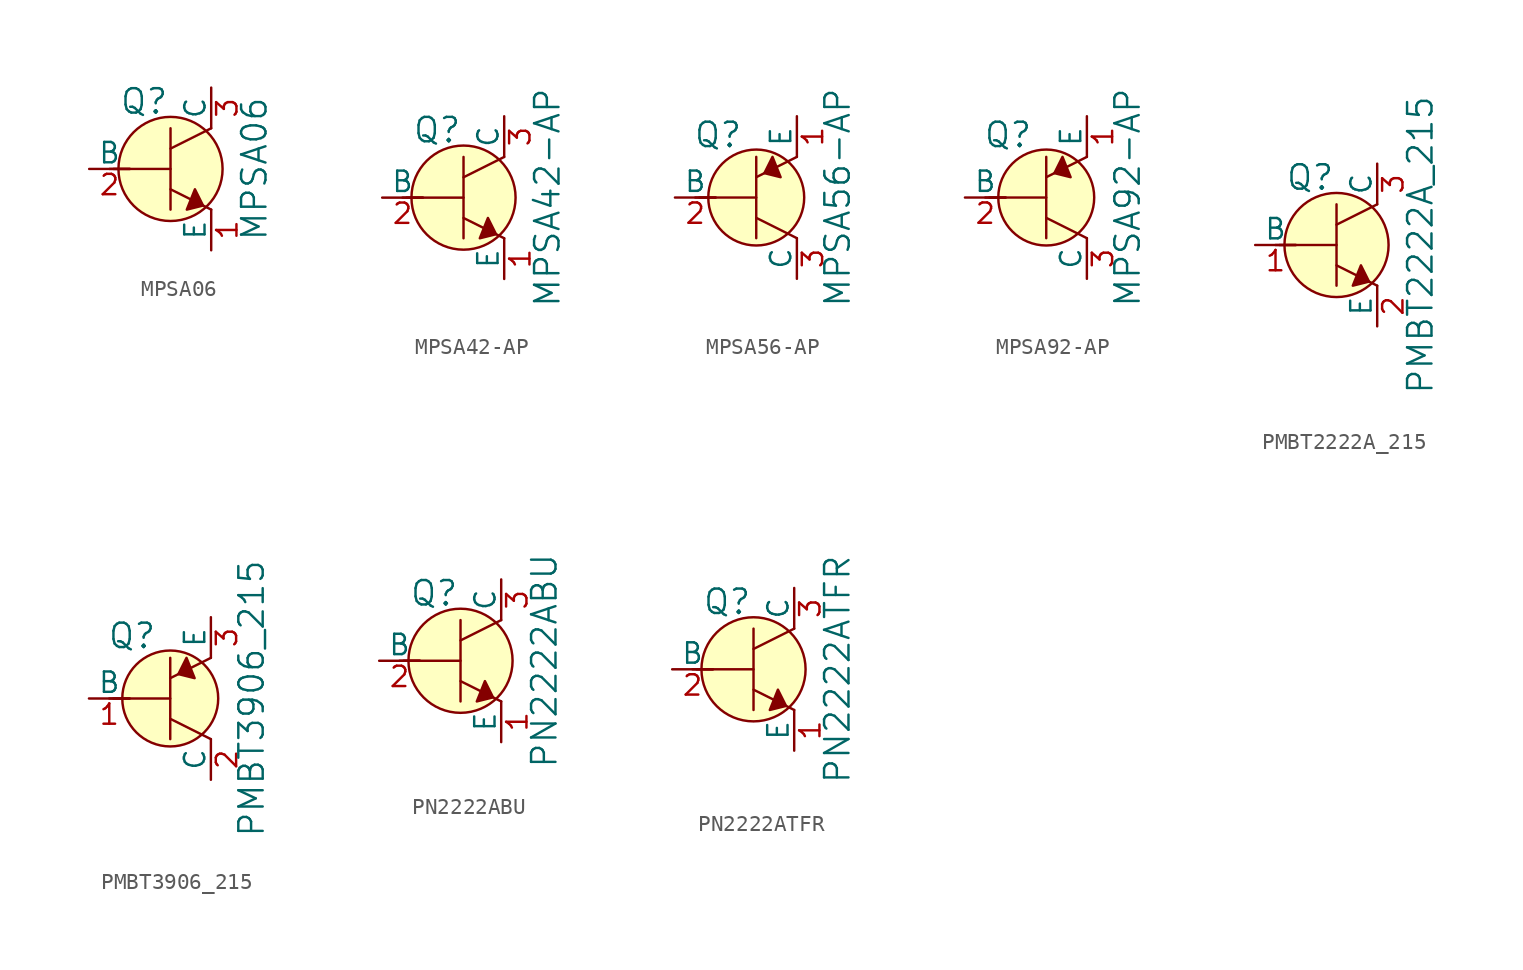
<source format=kicad_sym>
(kicad_symbol_lib
  (version 20211014)
  (generator kicad_symbol_editor)
  (symbol "MPSA06"
    (pin_names
      (offset 0))
    (property "Reference" "Q"
      (at -3.2 4.216 0)
      (effects (font (size 1.524 1.524)) (justify left)))
    (property "Value" "MPSA06"
      (at 5.232 0 90)
      (effects (font (size 1.524 1.524))))
    (symbol "MPSA06_0_1"
      (polyline (pts (xy -3.81 0) (xy -2.54 0)) (stroke (width 0) (type default) (color 0 0 0 0)) (fill (type none)))
      (polyline (pts (xy -3.556 0) (xy 0 0)) (stroke (width 0) (type default) (color 0 0 0 0)) (fill (type none)))
      (polyline (pts (xy 0 -1.27) (xy 2.54 -2.54)) (stroke (width 0) (type default) (color 0 0 0 0)) (fill (type none)))
      (polyline (pts (xy 0 1.27) (xy 2.54 2.54)) (stroke (width 0) (type default) (color 0 0 0 0)) (fill (type none)))
      (polyline (pts (xy 0 2.54) (xy 0 -2.54)) (stroke (width 0) (type default) (color 0 0 0 0)) (fill (type none)))
      (polyline (pts (xy 1.524 -1.27) (xy 2.032 -2.286) (xy 1.016 -2.54) (xy 1.524 -1.27)) (stroke (width 0) (type default) (color 0 0 0 0)) (fill (type outline)))
      (circle (center 0 0) (radius 3.251) (stroke (width 0) (type default) (color 0 0 0 0)) (fill (type background))))
    (symbol "MPSA06_1_1"
      (pin passive line (at 2.54 -5.08 90) (length 2.54) (name "E" (effects (font (size 1.27 1.27)))) (number "1" (effects (font (size 1.27 1.27)))))
      (pin input line (at -5.08 0 0) (length 2.54) (name "B" (effects (font (size 1.27 1.27)))) (number "2" (effects (font (size 1.27 1.27)))))
      (pin passive line (at 2.54 5.08 270) (length 2.54) (name "C" (effects (font (size 1.27 1.27)))) (number "3" (effects (font (size 1.27 1.27)))))))
  (symbol "MPSA42-AP"
    (pin_names
      (offset 0))
    (property "Reference" "Q"
      (at -3.2 4.216 0)
      (effects (font (size 1.524 1.524)) (justify left)))
    (property "Value" "MPSA42-AP"
      (at 5.232 0 90)
      (effects (font (size 1.524 1.524))))
    (symbol "MPSA42-AP_0_1"
      (polyline (pts (xy -3.81 0) (xy -2.54 0)) (stroke (width 0) (type default) (color 0 0 0 0)) (fill (type none)))
      (polyline (pts (xy -3.556 0) (xy 0 0)) (stroke (width 0) (type default) (color 0 0 0 0)) (fill (type none)))
      (polyline (pts (xy 0 -1.27) (xy 2.54 -2.54)) (stroke (width 0) (type default) (color 0 0 0 0)) (fill (type none)))
      (polyline (pts (xy 0 1.27) (xy 2.54 2.54)) (stroke (width 0) (type default) (color 0 0 0 0)) (fill (type none)))
      (polyline (pts (xy 0 2.54) (xy 0 -2.54)) (stroke (width 0) (type default) (color 0 0 0 0)) (fill (type none)))
      (polyline (pts (xy 1.524 -1.27) (xy 2.032 -2.286) (xy 1.016 -2.54) (xy 1.524 -1.27)) (stroke (width 0) (type default) (color 0 0 0 0)) (fill (type outline)))
      (circle (center 0 0) (radius 3.251) (stroke (width 0) (type default) (color 0 0 0 0)) (fill (type background))))
    (symbol "MPSA42-AP_1_1"
      (pin passive line (at 2.54 -5.08 90) (length 2.54) (name "E" (effects (font (size 1.27 1.27)))) (number "1" (effects (font (size 1.27 1.27)))))
      (pin input line (at -5.08 0 0) (length 2.54) (name "B" (effects (font (size 1.27 1.27)))) (number "2" (effects (font (size 1.27 1.27)))))
      (pin passive line (at 2.54 5.08 270) (length 2.54) (name "C" (effects (font (size 1.27 1.27)))) (number "3" (effects (font (size 1.27 1.27)))))))
  (symbol "MPSA56-AP"
    (pin_names
      (offset 0))
    (property "Reference" "Q"
      (at -2.388 3.912 0)
      (effects (font (size 1.524 1.524))))
    (property "Value" "MPSA56-AP"
      (at 5.08 0 90)
      (effects (font (size 1.524 1.524))))
    (symbol "MPSA56-AP_0_1"
      (polyline (pts (xy -3.81 0) (xy -2.54 0)) (stroke (width 0) (type default) (color 0 0 0 0)) (fill (type none)))
      (polyline (pts (xy -3.556 0) (xy 0 0)) (stroke (width 0) (type default) (color 0 0 0 0)) (fill (type none)))
      (polyline (pts (xy 0 -1.27) (xy 2.54 -2.54)) (stroke (width 0) (type default) (color 0 0 0 0)) (fill (type none)))
      (polyline (pts (xy 0 1.27) (xy 2.54 2.54)) (stroke (width 0) (type default) (color 0 0 0 0)) (fill (type none)))
      (polyline (pts (xy 0 2.54) (xy 0 -2.54)) (stroke (width 0) (type default) (color 0 0 0 0)) (fill (type none)))
      (polyline (pts (xy 1.016 2.54) (xy 0.508 1.524) (xy 1.524 1.27) (xy 1.016 2.54)) (stroke (width 0) (type default) (color 0 0 0 0)) (fill (type outline)))
      (circle (center 0 0) (radius 2.997) (stroke (width 0) (type default) (color 0 0 0 0)) (fill (type background))))
    (symbol "MPSA56-AP_1_1"
      (pin passive line (at 2.54 5.08 270) (length 2.54) (name "E" (effects (font (size 1.27 1.27)))) (number "1" (effects (font (size 1.27 1.27)))))
      (pin input line (at -5.08 0 0) (length 2.54) (name "B" (effects (font (size 1.27 1.27)))) (number "2" (effects (font (size 1.27 1.27)))))
      (pin passive line (at 2.54 -5.08 90) (length 2.54) (name "C" (effects (font (size 1.27 1.27)))) (number "3" (effects (font (size 1.27 1.27)))))))
  (symbol "MPSA92-AP"
    (pin_names
      (offset 0))
    (property "Reference" "Q"
      (at -2.388 3.912 0)
      (effects (font (size 1.524 1.524))))
    (property "Value" "MPSA92-AP"
      (at 5.08 0 90)
      (effects (font (size 1.524 1.524))))
    (symbol "MPSA92-AP_0_1"
      (polyline (pts (xy -3.81 0) (xy -2.54 0)) (stroke (width 0) (type default) (color 0 0 0 0)) (fill (type none)))
      (polyline (pts (xy -3.556 0) (xy 0 0)) (stroke (width 0) (type default) (color 0 0 0 0)) (fill (type none)))
      (polyline (pts (xy 0 -1.27) (xy 2.54 -2.54)) (stroke (width 0) (type default) (color 0 0 0 0)) (fill (type none)))
      (polyline (pts (xy 0 1.27) (xy 2.54 2.54)) (stroke (width 0) (type default) (color 0 0 0 0)) (fill (type none)))
      (polyline (pts (xy 0 2.54) (xy 0 -2.54)) (stroke (width 0) (type default) (color 0 0 0 0)) (fill (type none)))
      (polyline (pts (xy 1.016 2.54) (xy 0.508 1.524) (xy 1.524 1.27) (xy 1.016 2.54)) (stroke (width 0) (type default) (color 0 0 0 0)) (fill (type outline)))
      (circle (center 0 0) (radius 2.997) (stroke (width 0) (type default) (color 0 0 0 0)) (fill (type background))))
    (symbol "MPSA92-AP_1_1"
      (pin passive line (at 2.54 5.08 270) (length 2.54) (name "E" (effects (font (size 1.27 1.27)))) (number "1" (effects (font (size 1.27 1.27)))))
      (pin input line (at -5.08 0 0) (length 2.54) (name "B" (effects (font (size 1.27 1.27)))) (number "2" (effects (font (size 1.27 1.27)))))
      (pin passive line (at 2.54 -5.08 90) (length 2.54) (name "C" (effects (font (size 1.27 1.27)))) (number "3" (effects (font (size 1.27 1.27)))))))
  (symbol "PMBT2222A_215"
    (pin_names
      (offset 0))
    (property "Reference" "Q"
      (at -3.2 4.216 0)
      (effects (font (size 1.524 1.524)) (justify left)))
    (property "Value" "PMBT2222A_215"
      (at 5.232 0 90)
      (effects (font (size 1.524 1.524))))
    (symbol "PMBT2222A_215_0_1"
      (polyline (pts (xy -3.81 0) (xy -2.54 0)) (stroke (width 0) (type default) (color 0 0 0 0)) (fill (type none)))
      (polyline (pts (xy -3.556 0) (xy 0 0)) (stroke (width 0) (type default) (color 0 0 0 0)) (fill (type none)))
      (polyline (pts (xy 0 -1.27) (xy 2.54 -2.54)) (stroke (width 0) (type default) (color 0 0 0 0)) (fill (type none)))
      (polyline (pts (xy 0 1.27) (xy 2.54 2.54)) (stroke (width 0) (type default) (color 0 0 0 0)) (fill (type none)))
      (polyline (pts (xy 0 2.54) (xy 0 -2.54)) (stroke (width 0) (type default) (color 0 0 0 0)) (fill (type none)))
      (polyline (pts (xy 1.524 -1.27) (xy 2.032 -2.286) (xy 1.016 -2.54) (xy 1.524 -1.27)) (stroke (width 0) (type default) (color 0 0 0 0)) (fill (type outline)))
      (circle (center 0 0) (radius 3.251) (stroke (width 0) (type default) (color 0 0 0 0)) (fill (type background))))
    (symbol "PMBT2222A_215_1_1"
      (pin input line (at -5.08 0 0) (length 2.54) (name "B" (effects (font (size 1.27 1.27)))) (number "1" (effects (font (size 1.27 1.27)))))
      (pin passive line (at 2.54 -5.08 90) (length 2.54) (name "E" (effects (font (size 1.27 1.27)))) (number "2" (effects (font (size 1.27 1.27)))))
      (pin passive line (at 2.54 5.08 270) (length 2.54) (name "C" (effects (font (size 1.27 1.27)))) (number "3" (effects (font (size 1.27 1.27)))))))
  (symbol "PMBT3906_215"
    (pin_names
      (offset 0))
    (property "Reference" "Q"
      (at -2.388 3.912 0)
      (effects (font (size 1.524 1.524))))
    (property "Value" "PMBT3906_215"
      (at 5.08 0 90)
      (effects (font (size 1.524 1.524))))
    (symbol "PMBT3906_215_0_1"
      (polyline (pts (xy -3.81 0) (xy -2.54 0)) (stroke (width 0) (type default) (color 0 0 0 0)) (fill (type none)))
      (polyline (pts (xy -3.556 0) (xy 0 0)) (stroke (width 0) (type default) (color 0 0 0 0)) (fill (type none)))
      (polyline (pts (xy 0 -1.27) (xy 2.54 -2.54)) (stroke (width 0) (type default) (color 0 0 0 0)) (fill (type none)))
      (polyline (pts (xy 0 1.27) (xy 2.54 2.54)) (stroke (width 0) (type default) (color 0 0 0 0)) (fill (type none)))
      (polyline (pts (xy 0 2.54) (xy 0 -2.54)) (stroke (width 0) (type default) (color 0 0 0 0)) (fill (type none)))
      (polyline (pts (xy 1.016 2.54) (xy 0.508 1.524) (xy 1.524 1.27) (xy 1.016 2.54)) (stroke (width 0) (type default) (color 0 0 0 0)) (fill (type outline)))
      (circle (center 0 0) (radius 2.997) (stroke (width 0) (type default) (color 0 0 0 0)) (fill (type background))))
    (symbol "PMBT3906_215_1_1"
      (pin input line (at -5.08 0 0) (length 2.54) (name "B" (effects (font (size 1.27 1.27)))) (number "1" (effects (font (size 1.27 1.27)))))
      (pin passive line (at 2.54 -5.08 90) (length 2.54) (name "C" (effects (font (size 1.27 1.27)))) (number "2" (effects (font (size 1.27 1.27)))))
      (pin passive line (at 2.54 5.08 270) (length 2.54) (name "E" (effects (font (size 1.27 1.27)))) (number "3" (effects (font (size 1.27 1.27)))))))
  (symbol "PN2222ABU"
    (pin_names
      (offset 0))
    (property "Reference" "Q"
      (at -3.2 4.216 0)
      (effects (font (size 1.524 1.524)) (justify left)))
    (property "Value" "PN2222ABU"
      (at 5.232 0 90)
      (effects (font (size 1.524 1.524))))
    (symbol "PN2222ABU_0_1"
      (polyline (pts (xy -3.81 0) (xy -2.54 0)) (stroke (width 0) (type default) (color 0 0 0 0)) (fill (type none)))
      (polyline (pts (xy -3.556 0) (xy 0 0)) (stroke (width 0) (type default) (color 0 0 0 0)) (fill (type none)))
      (polyline (pts (xy 0 -1.27) (xy 2.54 -2.54)) (stroke (width 0) (type default) (color 0 0 0 0)) (fill (type none)))
      (polyline (pts (xy 0 1.27) (xy 2.54 2.54)) (stroke (width 0) (type default) (color 0 0 0 0)) (fill (type none)))
      (polyline (pts (xy 0 2.54) (xy 0 -2.54)) (stroke (width 0) (type default) (color 0 0 0 0)) (fill (type none)))
      (polyline (pts (xy 1.524 -1.27) (xy 2.032 -2.286) (xy 1.016 -2.54) (xy 1.524 -1.27)) (stroke (width 0) (type default) (color 0 0 0 0)) (fill (type outline)))
      (circle (center 0 0) (radius 3.251) (stroke (width 0) (type default) (color 0 0 0 0)) (fill (type background))))
    (symbol "PN2222ABU_1_1"
      (pin passive line (at 2.54 -5.08 90) (length 2.54) (name "E" (effects (font (size 1.27 1.27)))) (number "1" (effects (font (size 1.27 1.27)))))
      (pin input line (at -5.08 0 0) (length 2.54) (name "B" (effects (font (size 1.27 1.27)))) (number "2" (effects (font (size 1.27 1.27)))))
      (pin passive line (at 2.54 5.08 270) (length 2.54) (name "C" (effects (font (size 1.27 1.27)))) (number "3" (effects (font (size 1.27 1.27)))))))
  (symbol "PN2222ATFR"
    (pin_names
      (offset 0))
    (property "Reference" "Q"
      (at -3.2 4.216 0)
      (effects (font (size 1.524 1.524)) (justify left)))
    (property "Value" "PN2222ATFR"
      (at 5.232 0 90)
      (effects (font (size 1.524 1.524))))
    (symbol "PN2222ATFR_0_1"
      (polyline (pts (xy -3.81 0) (xy -2.54 0)) (stroke (width 0) (type default) (color 0 0 0 0)) (fill (type none)))
      (polyline (pts (xy -3.556 0) (xy 0 0)) (stroke (width 0) (type default) (color 0 0 0 0)) (fill (type none)))
      (polyline (pts (xy 0 -1.27) (xy 2.54 -2.54)) (stroke (width 0) (type default) (color 0 0 0 0)) (fill (type none)))
      (polyline (pts (xy 0 1.27) (xy 2.54 2.54)) (stroke (width 0) (type default) (color 0 0 0 0)) (fill (type none)))
      (polyline (pts (xy 0 2.54) (xy 0 -2.54)) (stroke (width 0) (type default) (color 0 0 0 0)) (fill (type none)))
      (polyline (pts (xy 1.524 -1.27) (xy 2.032 -2.286) (xy 1.016 -2.54) (xy 1.524 -1.27)) (stroke (width 0) (type default) (color 0 0 0 0)) (fill (type outline)))
      (circle (center 0 0) (radius 3.251) (stroke (width 0) (type default) (color 0 0 0 0)) (fill (type background))))
    (symbol "PN2222ATFR_1_1"
      (pin passive line (at 2.54 -5.08 90) (length 2.54) (name "E" (effects (font (size 1.27 1.27)))) (number "1" (effects (font (size 1.27 1.27)))))
      (pin input line (at -5.08 0 0) (length 2.54) (name "B" (effects (font (size 1.27 1.27)))) (number "2" (effects (font (size 1.27 1.27)))))
      (pin passive line (at 2.54 5.08 270) (length 2.54) (name "C" (effects (font (size 1.27 1.27)))) (number "3" (effects (font (size 1.27 1.27))))))))
</source>
